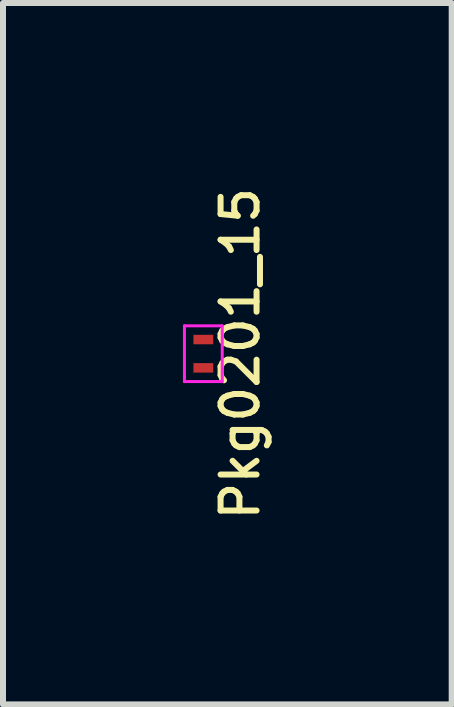
<source format=kicad_pcb>
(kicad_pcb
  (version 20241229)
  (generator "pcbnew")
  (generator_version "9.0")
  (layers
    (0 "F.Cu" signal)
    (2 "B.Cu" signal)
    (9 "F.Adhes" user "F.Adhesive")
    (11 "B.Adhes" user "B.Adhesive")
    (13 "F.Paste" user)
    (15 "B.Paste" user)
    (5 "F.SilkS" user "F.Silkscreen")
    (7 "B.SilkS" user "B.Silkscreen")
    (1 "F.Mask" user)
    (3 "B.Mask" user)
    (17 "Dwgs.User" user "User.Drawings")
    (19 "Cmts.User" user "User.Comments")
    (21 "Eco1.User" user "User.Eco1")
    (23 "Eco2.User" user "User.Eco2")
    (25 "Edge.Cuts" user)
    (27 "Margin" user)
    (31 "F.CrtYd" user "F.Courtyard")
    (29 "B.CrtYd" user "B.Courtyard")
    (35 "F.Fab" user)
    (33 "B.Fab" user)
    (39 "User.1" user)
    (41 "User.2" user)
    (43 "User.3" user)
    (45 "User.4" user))
  (footprint "Pkg0201_15"
    (layer "F.Cu")
    (at 0.34 2.847)
    (property "Reference" "Pkg0201_15" (at 0.615 0 90) (layer "F.SilkS") (effects (font (size 0.6 0.6) (thickness 0.1))))
    (fp_line (start -0.315 -0.465) (end -0.315 0.465) (stroke (width 0.05) (type solid)) (layer "F.CrtYd"))
    (fp_line (start -0.315 0.465) (end 0.315 0.465) (stroke (width 0.05) (type solid)) (layer "F.CrtYd"))
    (fp_line (start 0.315 -0.465) (end -0.315 -0.465) (stroke (width 0.05) (type solid)) (layer "F.CrtYd"))
    (fp_line (start 0.315 0.465) (end 0.315 -0.465) (stroke (width 0.05) (type solid)) (layer "F.CrtYd"))
    (pad "1" smd rect (at 0 -0.236) (size 0.33 0.158) (layers "F.Cu" "F.Mask" "F.Paste"))
    (pad "2" smd rect (at 0 0.236) (size 0.33 0.158) (layers "F.Cu" "F.Mask" "F.Paste")))
  (gr_rect
    (start -3 -3)
    (end 4.481 8.694)
    (stroke (width 0.1) (type default))
    (fill no)
    (layer "Edge.Cuts")))
</source>
